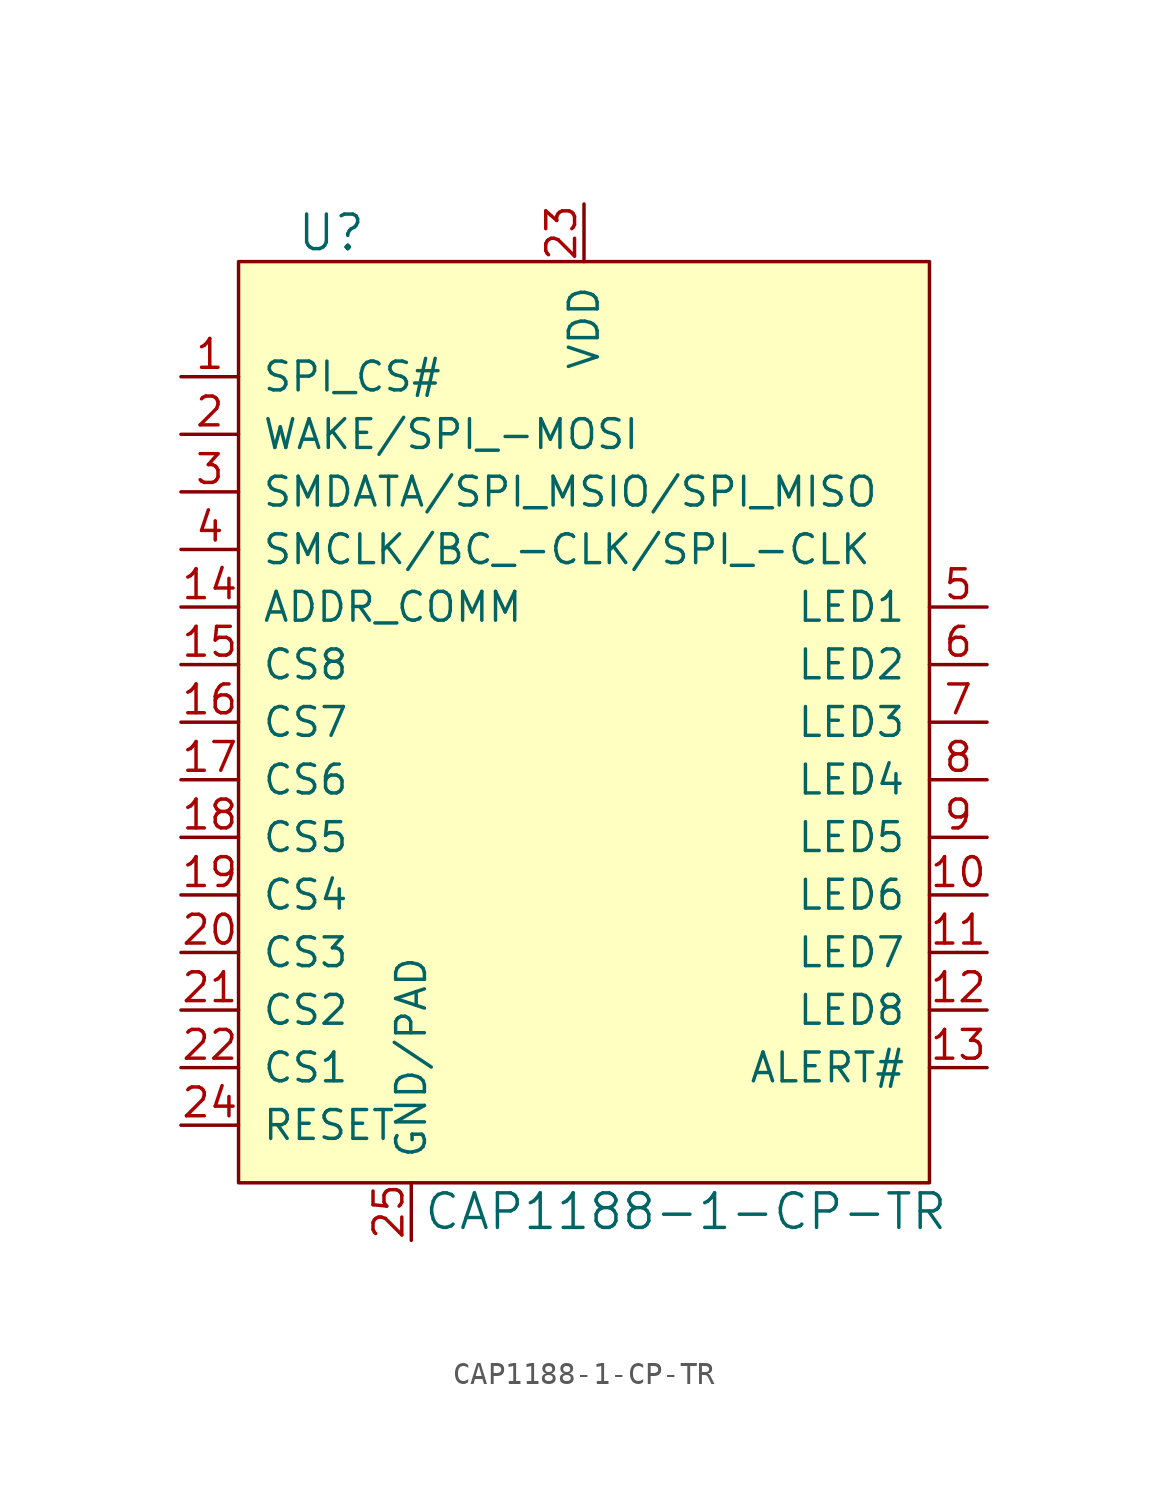
<source format=kicad_sym>
(kicad_symbol_lib
  (version 20211014)
  (generator kicad_symbol_editor)
  (symbol "CAP1188-1-CP-TR"
    (pin_names
      (offset 1.016))
    (property "Reference" "U"
      (at -12.7 21.59 0)
      (effects (font (size 1.524 1.524)) (justify left)))
    (property "Value" "CAP1188-1-CP-TR"
      (at -7.112 -21.59 0)
      (effects (font (size 1.524 1.524)) (justify left)))
    (symbol "CAP1188-1-CP-TR_0_1"
      (rectangle (start -15.24 20.32) (end 15.24 -20.32) (stroke (width 0) (type default) (color 0 0 0 0)) (fill (type background))))
    (symbol "CAP1188-1-CP-TR_1_1"
      (pin input line (at -17.78 15.24 0) (length 2.54) (name "SPI_CS#" (effects (font (size 1.27 1.27)))) (number "1" (effects (font (size 1.27 1.27)))))
      (pin output line (at 17.78 -7.62 180) (length 2.54) (name "LED6" (effects (font (size 1.27 1.27)))) (number "10" (effects (font (size 1.27 1.27)))))
      (pin output line (at 17.78 -10.16 180) (length 2.54) (name "LED7" (effects (font (size 1.27 1.27)))) (number "11" (effects (font (size 1.27 1.27)))))
      (pin output line (at 17.78 -12.7 180) (length 2.54) (name "LED8" (effects (font (size 1.27 1.27)))) (number "12" (effects (font (size 1.27 1.27)))))
      (pin output line (at 17.78 -15.24 180) (length 2.54) (name "ALERT#" (effects (font (size 1.27 1.27)))) (number "13" (effects (font (size 1.27 1.27)))))
      (pin input line (at -17.78 5.08 0) (length 2.54) (name "ADDR_COMM" (effects (font (size 1.27 1.27)))) (number "14" (effects (font (size 1.27 1.27)))))
      (pin bidirectional line (at -17.78 2.54 0) (length 2.54) (name "CS8" (effects (font (size 1.27 1.27)))) (number "15" (effects (font (size 1.27 1.27)))))
      (pin bidirectional line (at -17.78 0 0) (length 2.54) (name "CS7" (effects (font (size 1.27 1.27)))) (number "16" (effects (font (size 1.27 1.27)))))
      (pin bidirectional line (at -17.78 -2.54 0) (length 2.54) (name "CS6" (effects (font (size 1.27 1.27)))) (number "17" (effects (font (size 1.27 1.27)))))
      (pin bidirectional line (at -17.78 -5.08 0) (length 2.54) (name "CS5" (effects (font (size 1.27 1.27)))) (number "18" (effects (font (size 1.27 1.27)))))
      (pin bidirectional line (at -17.78 -7.62 0) (length 2.54) (name "CS4" (effects (font (size 1.27 1.27)))) (number "19" (effects (font (size 1.27 1.27)))))
      (pin bidirectional line (at -17.78 12.7 0) (length 2.54) (name "WAKE/SPI_-MOSI" (effects (font (size 1.27 1.27)))) (number "2" (effects (font (size 1.27 1.27)))))
      (pin bidirectional line (at -17.78 -10.16 0) (length 2.54) (name "CS3" (effects (font (size 1.27 1.27)))) (number "20" (effects (font (size 1.27 1.27)))))
      (pin bidirectional line (at -17.78 -12.7 0) (length 2.54) (name "CS2" (effects (font (size 1.27 1.27)))) (number "21" (effects (font (size 1.27 1.27)))))
      (pin bidirectional line (at -17.78 -15.24 0) (length 2.54) (name "CS1" (effects (font (size 1.27 1.27)))) (number "22" (effects (font (size 1.27 1.27)))))
      (pin power_in line (at 0 22.86 270) (length 2.54) (name "VDD" (effects (font (size 1.27 1.27)))) (number "23" (effects (font (size 1.27 1.27)))))
      (pin input line (at -17.78 -17.78 0) (length 2.54) (name "RESET" (effects (font (size 1.27 1.27)))) (number "24" (effects (font (size 1.27 1.27)))))
      (pin power_in line (at -7.62 -22.86 90) (length 2.54) (name "GND/PAD" (effects (font (size 1.27 1.27)))) (number "25" (effects (font (size 1.27 1.27)))))
      (pin bidirectional line (at -17.78 10.16 0) (length 2.54) (name "SMDATA/SPI_MSIO/SPI_MISO" (effects (font (size 1.27 1.27)))) (number "3" (effects (font (size 1.27 1.27)))))
      (pin input line (at -17.78 7.62 0) (length 2.54) (name "SMCLK/BC_-CLK/SPI_-CLK" (effects (font (size 1.27 1.27)))) (number "4" (effects (font (size 1.27 1.27)))))
      (pin output line (at 17.78 5.08 180) (length 2.54) (name "LED1" (effects (font (size 1.27 1.27)))) (number "5" (effects (font (size 1.27 1.27)))))
      (pin output line (at 17.78 2.54 180) (length 2.54) (name "LED2" (effects (font (size 1.27 1.27)))) (number "6" (effects (font (size 1.27 1.27)))))
      (pin output line (at 17.78 0 180) (length 2.54) (name "LED3" (effects (font (size 1.27 1.27)))) (number "7" (effects (font (size 1.27 1.27)))))
      (pin output line (at 17.78 -2.54 180) (length 2.54) (name "LED4" (effects (font (size 1.27 1.27)))) (number "8" (effects (font (size 1.27 1.27)))))
      (pin output line (at 17.78 -5.08 180) (length 2.54) (name "LED5" (effects (font (size 1.27 1.27)))) (number "9" (effects (font (size 1.27 1.27))))))))
</source>
